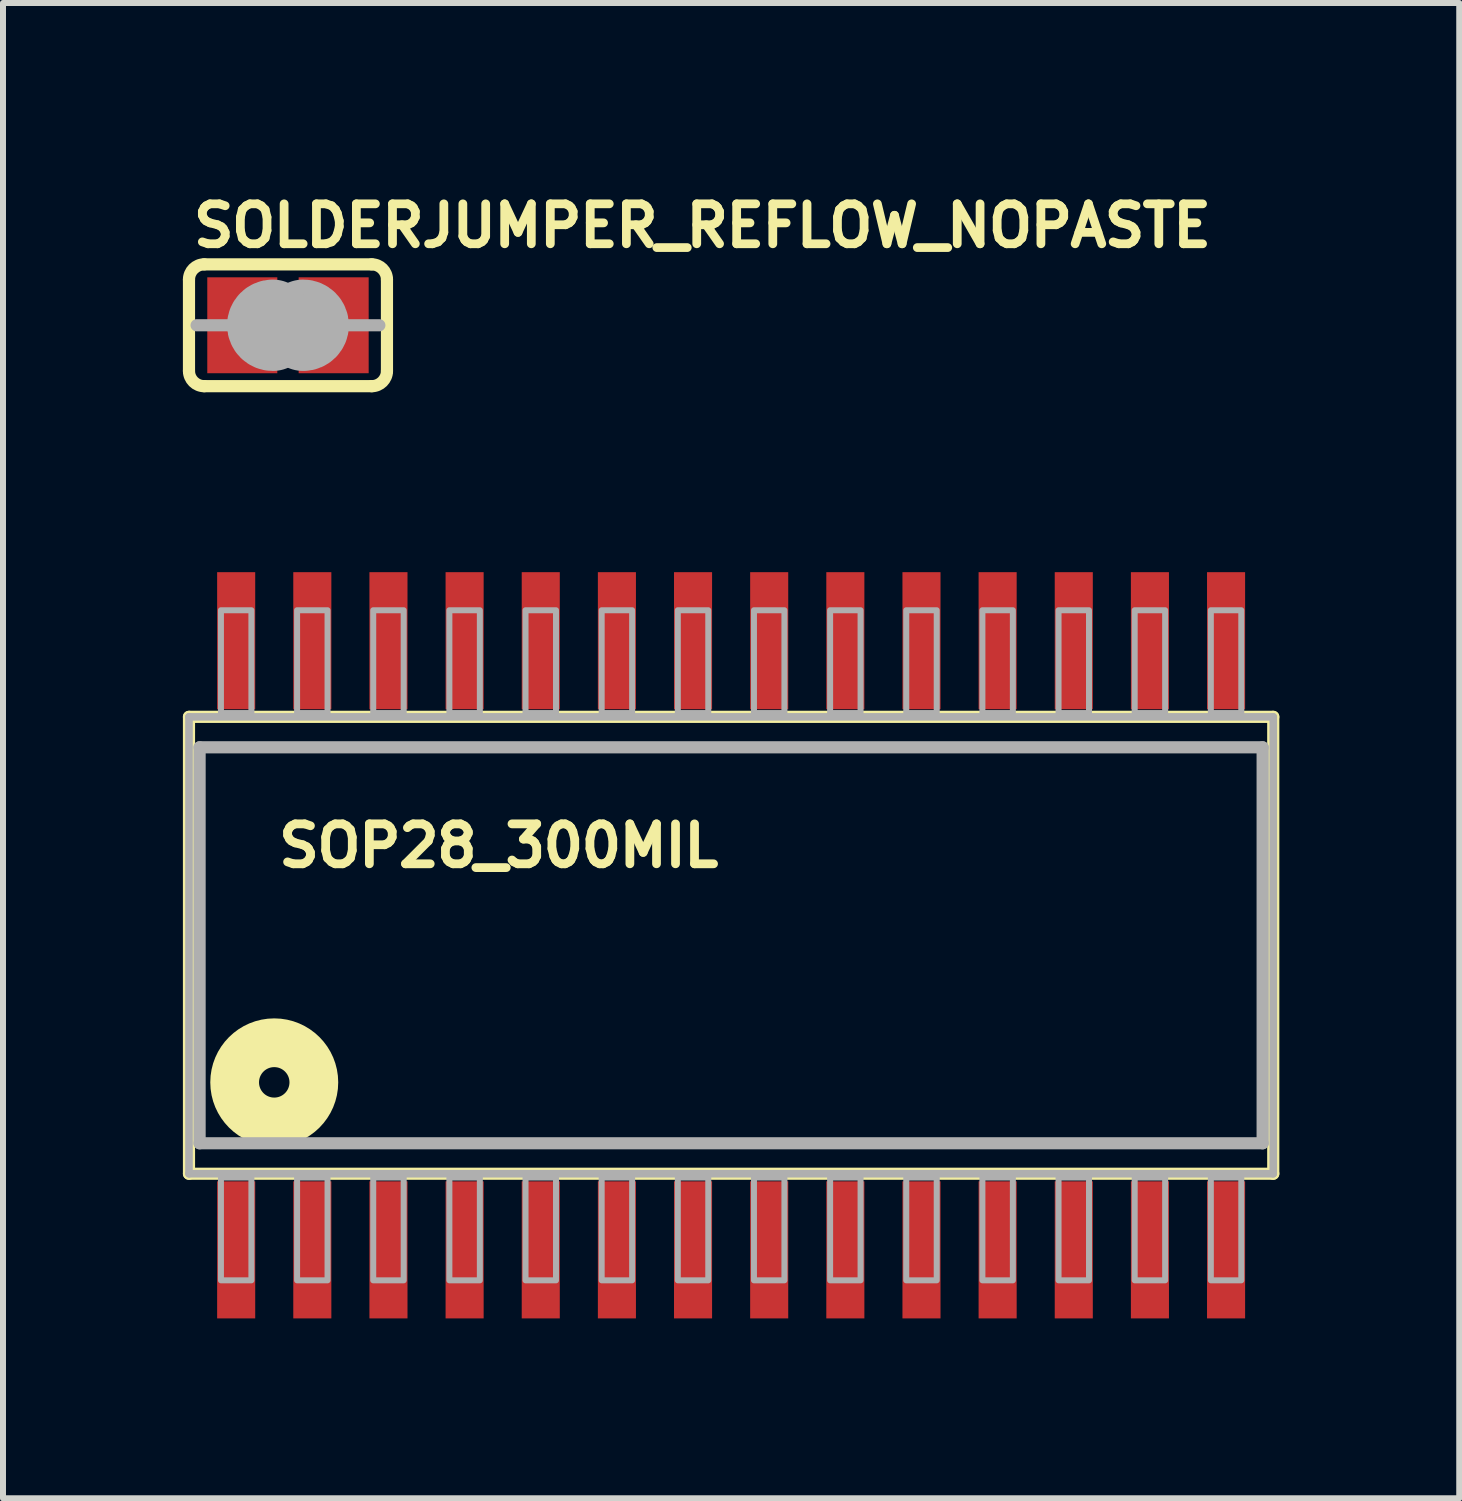
<source format=kicad_pcb>
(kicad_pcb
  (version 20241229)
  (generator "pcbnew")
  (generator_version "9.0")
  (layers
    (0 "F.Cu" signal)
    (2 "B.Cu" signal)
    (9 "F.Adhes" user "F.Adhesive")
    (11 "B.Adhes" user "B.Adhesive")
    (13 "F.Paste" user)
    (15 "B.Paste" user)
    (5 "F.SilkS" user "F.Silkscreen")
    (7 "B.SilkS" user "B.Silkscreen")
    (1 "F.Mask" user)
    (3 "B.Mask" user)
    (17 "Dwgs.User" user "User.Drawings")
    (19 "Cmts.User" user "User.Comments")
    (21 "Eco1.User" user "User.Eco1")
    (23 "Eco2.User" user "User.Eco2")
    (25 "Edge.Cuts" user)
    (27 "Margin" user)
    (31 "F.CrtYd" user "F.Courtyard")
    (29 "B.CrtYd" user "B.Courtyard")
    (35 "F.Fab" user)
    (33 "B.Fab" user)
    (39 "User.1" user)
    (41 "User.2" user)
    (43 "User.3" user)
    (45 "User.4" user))
  (footprint "SOP28_300MIL"
    (layer "F.Cu")
    (at 9.144 12.716)
    (property "Reference" "SOP28_300MIL" (at -7.62 -1.27 0) (layer "F.SilkS") (effects (font (size 0.666 0.666) (thickness 0.146)) (justify left bottom)))
    (fp_line (start -9.042 -3.81) (end -9.042 3.81) (stroke (width 0.203) (type solid)) (layer "F.SilkS"))
    (fp_line (start -9.042 3.81) (end 9.042 3.81) (stroke (width 0.203) (type solid)) (layer "F.SilkS"))
    (fp_line (start 9.042 -3.81) (end -9.042 -3.81) (stroke (width 0.203) (type solid)) (layer "F.SilkS"))
    (fp_line (start 9.042 3.81) (end 9.042 -3.81) (stroke (width 0.203) (type solid)) (layer "F.SilkS"))
    (fp_circle (center -7.62 2.286) (end -7.366 2.286) (stroke (width 0.813) (type solid)) (fill no) (layer "F.SilkS"))
    (fp_line (start -9.042 -3.81) (end -9.042 3.81) (stroke (width 0.127) (type solid)) (layer "F.Fab"))
    (fp_line (start -9.042 3.81) (end 9.042 3.81) (stroke (width 0.127) (type solid)) (layer "F.Fab"))
    (fp_line (start -8.865 -3.302) (end -8.865 3.302) (stroke (width 0.203) (type solid)) (layer "F.Fab"))
    (fp_line (start -8.865 3.302) (end 8.865 3.302) (stroke (width 0.203) (type solid)) (layer "F.Fab"))
    (fp_line (start 8.865 -3.302) (end -8.865 -3.302) (stroke (width 0.203) (type solid)) (layer "F.Fab"))
    (fp_line (start 8.865 3.302) (end 8.865 -3.302) (stroke (width 0.203) (type solid)) (layer "F.Fab"))
    (fp_line (start 9.042 -3.81) (end -9.042 -3.81) (stroke (width 0.127) (type solid)) (layer "F.Fab"))
    (fp_line (start 9.042 3.81) (end 9.042 -3.81) (stroke (width 0.127) (type solid)) (layer "F.Fab"))
    (fp_poly (pts (xy -8.509 5.588) (xy -8.001 5.588) (xy -8.001 3.873) (xy -8.509 3.873)) (stroke (width 0.1) (type solid)) (fill no) (layer "F.Fab"))
    (fp_poly (pts (xy -8.001 -5.588) (xy -8.509 -5.588) (xy -8.509 -3.873) (xy -8.001 -3.873)) (stroke (width 0.1) (type solid)) (fill no) (layer "F.Fab"))
    (fp_poly (pts (xy -7.239 5.588) (xy -6.731 5.588) (xy -6.731 3.873) (xy -7.239 3.873)) (stroke (width 0.1) (type solid)) (fill no) (layer "F.Fab"))
    (fp_poly (pts (xy -6.731 -5.588) (xy -7.239 -5.588) (xy -7.239 -3.873) (xy -6.731 -3.873)) (stroke (width 0.1) (type solid)) (fill no) (layer "F.Fab"))
    (fp_poly (pts (xy -5.969 5.588) (xy -5.461 5.588) (xy -5.461 3.873) (xy -5.969 3.873)) (stroke (width 0.1) (type solid)) (fill no) (layer "F.Fab"))
    (fp_poly (pts (xy -5.461 -5.588) (xy -5.969 -5.588) (xy -5.969 -3.873) (xy -5.461 -3.873)) (stroke (width 0.1) (type solid)) (fill no) (layer "F.Fab"))
    (fp_poly (pts (xy -4.699 5.588) (xy -4.191 5.588) (xy -4.191 3.873) (xy -4.699 3.873)) (stroke (width 0.1) (type solid)) (fill no) (layer "F.Fab"))
    (fp_poly (pts (xy -4.191 -5.588) (xy -4.699 -5.588) (xy -4.699 -3.873) (xy -4.191 -3.873)) (stroke (width 0.1) (type solid)) (fill no) (layer "F.Fab"))
    (fp_poly (pts (xy -3.429 5.588) (xy -2.921 5.588) (xy -2.921 3.873) (xy -3.429 3.873)) (stroke (width 0.1) (type solid)) (fill no) (layer "F.Fab"))
    (fp_poly (pts (xy -2.921 -5.588) (xy -3.429 -5.588) (xy -3.429 -3.873) (xy -2.921 -3.873)) (stroke (width 0.1) (type solid)) (fill no) (layer "F.Fab"))
    (fp_poly (pts (xy -2.159 5.588) (xy -1.651 5.588) (xy -1.651 3.873) (xy -2.159 3.873)) (stroke (width 0.1) (type solid)) (fill no) (layer "F.Fab"))
    (fp_poly (pts (xy -1.651 -5.588) (xy -2.159 -5.588) (xy -2.159 -3.873) (xy -1.651 -3.873)) (stroke (width 0.1) (type solid)) (fill no) (layer "F.Fab"))
    (fp_poly (pts (xy -0.889 5.588) (xy -0.381 5.588) (xy -0.381 3.873) (xy -0.889 3.873)) (stroke (width 0.1) (type solid)) (fill no) (layer "F.Fab"))
    (fp_poly (pts (xy -0.381 -5.588) (xy -0.889 -5.588) (xy -0.889 -3.873) (xy -0.381 -3.873)) (stroke (width 0.1) (type solid)) (fill no) (layer "F.Fab"))
    (fp_poly (pts (xy 0.381 5.588) (xy 0.889 5.588) (xy 0.889 3.873) (xy 0.381 3.873)) (stroke (width 0.1) (type solid)) (fill no) (layer "F.Fab"))
    (fp_poly (pts (xy 0.889 -5.588) (xy 0.381 -5.588) (xy 0.381 -3.873) (xy 0.889 -3.873)) (stroke (width 0.1) (type solid)) (fill no) (layer "F.Fab"))
    (fp_poly (pts (xy 1.651 5.588) (xy 2.159 5.588) (xy 2.159 3.873) (xy 1.651 3.873)) (stroke (width 0.1) (type solid)) (fill no) (layer "F.Fab"))
    (fp_poly (pts (xy 2.159 -5.588) (xy 1.651 -5.588) (xy 1.651 -3.873) (xy 2.159 -3.873)) (stroke (width 0.1) (type solid)) (fill no) (layer "F.Fab"))
    (fp_poly (pts (xy 2.921 5.588) (xy 3.429 5.588) (xy 3.429 3.873) (xy 2.921 3.873)) (stroke (width 0.1) (type solid)) (fill no) (layer "F.Fab"))
    (fp_poly (pts (xy 3.429 -5.588) (xy 2.921 -5.588) (xy 2.921 -3.873) (xy 3.429 -3.873)) (stroke (width 0.1) (type solid)) (fill no) (layer "F.Fab"))
    (fp_poly (pts (xy 4.191 5.588) (xy 4.699 5.588) (xy 4.699 3.873) (xy 4.191 3.873)) (stroke (width 0.1) (type solid)) (fill no) (layer "F.Fab"))
    (fp_poly (pts (xy 4.699 -5.588) (xy 4.191 -5.588) (xy 4.191 -3.873) (xy 4.699 -3.873)) (stroke (width 0.1) (type solid)) (fill no) (layer "F.Fab"))
    (fp_poly (pts (xy 5.461 5.588) (xy 5.969 5.588) (xy 5.969 3.873) (xy 5.461 3.873)) (stroke (width 0.1) (type solid)) (fill no) (layer "F.Fab"))
    (fp_poly (pts (xy 5.969 -5.588) (xy 5.461 -5.588) (xy 5.461 -3.873) (xy 5.969 -3.873)) (stroke (width 0.1) (type solid)) (fill no) (layer "F.Fab"))
    (fp_poly (pts (xy 6.731 5.588) (xy 7.239 5.588) (xy 7.239 3.873) (xy 6.731 3.873)) (stroke (width 0.1) (type solid)) (fill no) (layer "F.Fab"))
    (fp_poly (pts (xy 7.239 -5.588) (xy 6.731 -5.588) (xy 6.731 -3.873) (xy 7.239 -3.873)) (stroke (width 0.1) (type solid)) (fill no) (layer "F.Fab"))
    (fp_poly (pts (xy 8.001 5.588) (xy 8.509 5.588) (xy 8.509 3.873) (xy 8.001 3.873)) (stroke (width 0.1) (type solid)) (fill no) (layer "F.Fab"))
    (fp_poly (pts (xy 8.509 -5.588) (xy 8.001 -5.588) (xy 8.001 -3.873) (xy 8.509 -3.873)) (stroke (width 0.1) (type solid)) (fill no) (layer "F.Fab"))
    (pad "P$1" smd rect (at -8.255 5.08) (size 0.635 2.286) (layers "F.Cu" "F.Mask" "F.Paste"))
    (pad "P$2" smd rect (at -6.985 5.08) (size 0.635 2.286) (layers "F.Cu" "F.Mask" "F.Paste"))
    (pad "P$3" smd rect (at -5.715 5.08) (size 0.635 2.286) (layers "F.Cu" "F.Mask" "F.Paste"))
    (pad "P$4" smd rect (at -4.445 5.08) (size 0.635 2.286) (layers "F.Cu" "F.Mask" "F.Paste"))
    (pad "P$5" smd rect (at -3.175 5.08) (size 0.635 2.286) (layers "F.Cu" "F.Mask" "F.Paste"))
    (pad "P$6" smd rect (at -1.905 5.08) (size 0.635 2.286) (layers "F.Cu" "F.Mask" "F.Paste"))
    (pad "P$7" smd rect (at -0.635 5.08) (size 0.635 2.286) (layers "F.Cu" "F.Mask" "F.Paste"))
    (pad "P$8" smd rect (at 0.635 5.08) (size 0.635 2.286) (layers "F.Cu" "F.Mask" "F.Paste"))
    (pad "P$9" smd rect (at 1.905 5.08) (size 0.635 2.286) (layers "F.Cu" "F.Mask" "F.Paste"))
    (pad "P$10" smd rect (at 3.175 5.08) (size 0.635 2.286) (layers "F.Cu" "F.Mask" "F.Paste"))
    (pad "P$11" smd rect (at 4.445 5.08) (size 0.635 2.286) (layers "F.Cu" "F.Mask" "F.Paste"))
    (pad "P$12" smd rect (at 5.715 5.08) (size 0.635 2.286) (layers "F.Cu" "F.Mask" "F.Paste"))
    (pad "P$13" smd rect (at 6.985 5.08) (size 0.635 2.286) (layers "F.Cu" "F.Mask" "F.Paste"))
    (pad "P$14" smd rect (at 8.255 5.08) (size 0.635 2.286) (layers "F.Cu" "F.Mask" "F.Paste"))
    (pad "P$15" smd rect (at 8.255 -5.08 180) (size 0.635 2.286) (layers "F.Cu" "F.Mask" "F.Paste"))
    (pad "P$16" smd rect (at 6.985 -5.08 180) (size 0.635 2.286) (layers "F.Cu" "F.Mask" "F.Paste"))
    (pad "P$17" smd rect (at 5.715 -5.08 180) (size 0.635 2.286) (layers "F.Cu" "F.Mask" "F.Paste"))
    (pad "P$18" smd rect (at 4.445 -5.08 180) (size 0.635 2.286) (layers "F.Cu" "F.Mask" "F.Paste"))
    (pad "P$19" smd rect (at 3.175 -5.08 180) (size 0.635 2.286) (layers "F.Cu" "F.Mask" "F.Paste"))
    (pad "P$20" smd rect (at 1.905 -5.08 180) (size 0.635 2.286) (layers "F.Cu" "F.Mask" "F.Paste"))
    (pad "P$21" smd rect (at 0.635 -5.08 180) (size 0.635 2.286) (layers "F.Cu" "F.Mask" "F.Paste"))
    (pad "P$22" smd rect (at -0.635 -5.08 180) (size 0.635 2.286) (layers "F.Cu" "F.Mask" "F.Paste"))
    (pad "P$23" smd rect (at -1.905 -5.08 180) (size 0.635 2.286) (layers "F.Cu" "F.Mask" "F.Paste"))
    (pad "P$24" smd rect (at -3.175 -5.08 180) (size 0.635 2.286) (layers "F.Cu" "F.Mask" "F.Paste"))
    (pad "P$25" smd rect (at -4.445 -5.08 180) (size 0.635 2.286) (layers "F.Cu" "F.Mask" "F.Paste"))
    (pad "P$26" smd rect (at -5.715 -5.08 180) (size 0.635 2.286) (layers "F.Cu" "F.Mask" "F.Paste"))
    (pad "P$27" smd rect (at -6.985 -5.08 180) (size 0.635 2.286) (layers "F.Cu" "F.Mask" "F.Paste"))
    (pad "P$28" smd rect (at -8.255 -5.08 180) (size 0.635 2.286) (layers "F.Cu" "F.Mask" "F.Paste")))
  (footprint "SOLDERJUMPER_REFLOW_NOPASTE"
    (layer "F.Cu")
    (at 1.753 2.375)
    (property "Reference" "SOLDERJUMPER_REFLOW_NOPASTE" (at -1.651 -1.27 0) (layer "F.SilkS") (effects (font (size 0.666 0.666) (thickness 0.146)) (justify left bottom)))
    (fp_poly (pts (xy -0.076 0.914) (xy 0.076 0.914) (xy 0.076 -0.914) (xy -0.076 -0.914)) (stroke (width 0) (type solid)) (fill yes) (layer "F.Mask"))
    (fp_line (start -1.651 0.762) (end -1.651 -0.762) (stroke (width 0.203) (type solid)) (layer "F.SilkS"))
    (fp_line (start -1.397 -1.016) (end 1.397 -1.016) (stroke (width 0.203) (type solid)) (layer "F.SilkS"))
    (fp_line (start 1.397 1.016) (end -1.397 1.016) (stroke (width 0.203) (type solid)) (layer "F.SilkS"))
    (fp_line (start 1.651 0.762) (end 1.651 -0.762) (stroke (width 0.203) (type solid)) (layer "F.SilkS"))
    (fp_arc (start -1.651 -0.762) (mid -1.576605 -0.941605) (end -1.397 -1.016) (stroke (width 0.2032) (type solid)) (layer "F.SilkS"))
    (fp_arc (start -1.397 1.016) (mid -1.576605 0.941605) (end -1.651 0.762) (stroke (width 0.2032) (type solid)) (layer "F.SilkS"))
    (fp_arc (start 1.397 -1.016) (mid 1.576605 -0.941605) (end 1.651 -0.762) (stroke (width 0.2032) (type solid)) (layer "F.SilkS"))
    (fp_arc (start 1.651 0.762) (mid 1.576605 0.941605) (end 1.397 1.016) (stroke (width 0.2032) (type solid)) (layer "F.SilkS"))
    (fp_line (start -1.016 0) (end -1.524 0) (stroke (width 0.203) (type solid)) (layer "F.Fab"))
    (fp_line (start 1.016 0) (end 1.524 0) (stroke (width 0.203) (type solid)) (layer "F.Fab"))
    (fp_arc (start -0.254 0.127) (mid -0.381 0) (end -0.254 -0.127) (stroke (width 1.27) (type solid)) (layer "F.Fab"))
    (fp_arc (start 0.254 -0.127) (mid 0.381 0) (end 0.254 0.127) (stroke (width 1.27) (type solid)) (layer "F.Fab"))
    (pad "1" smd rect (at -0.762 0) (size 1.168 1.6) (layers "F.Cu" "F.Mask"))
    (pad "2" smd rect (at 0.762 0) (size 1.168 1.6) (layers "F.Cu" "F.Mask")))
  (gr_rect
    (start -3 -3)
    (end 21.288 21.939)
    (stroke (width 0.1) (type default))
    (fill no)
    (layer "Edge.Cuts")))
</source>
